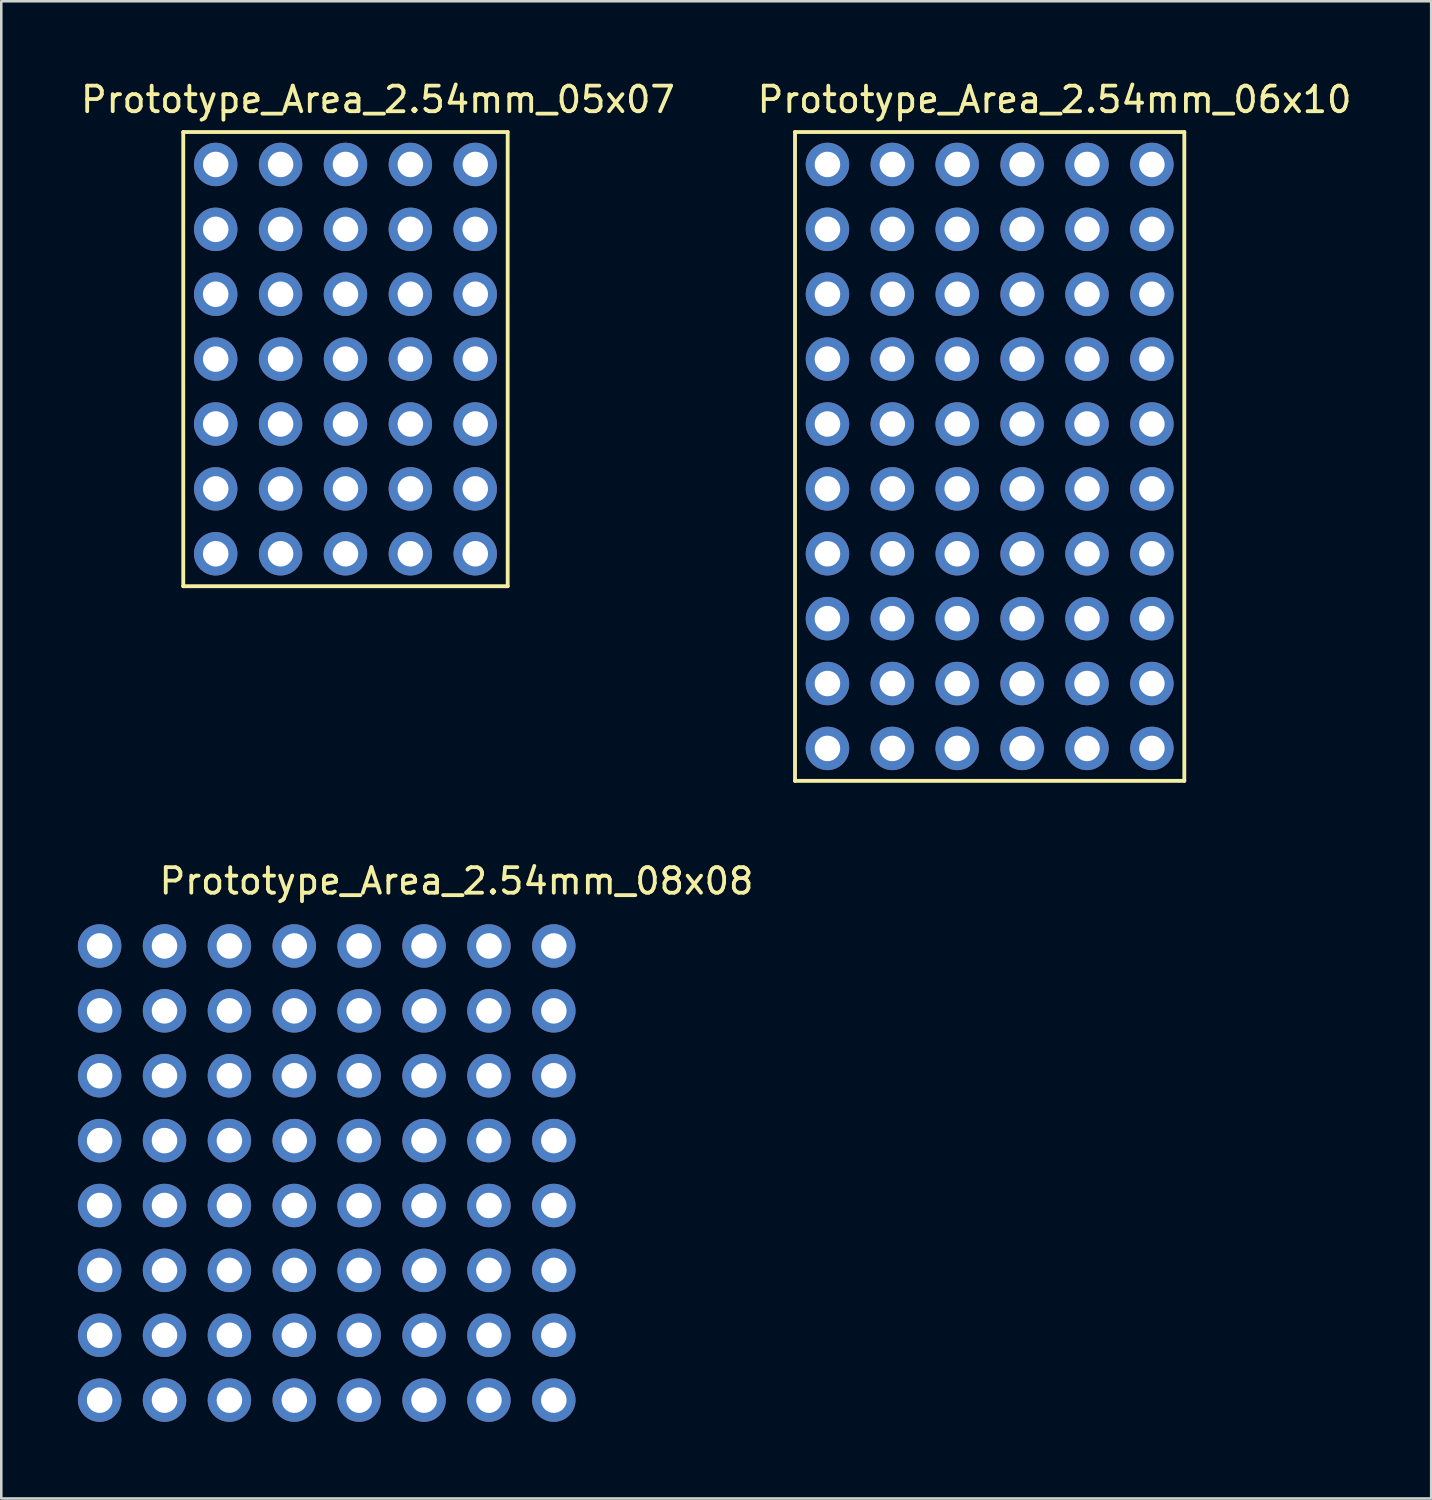
<source format=kicad_pcb>
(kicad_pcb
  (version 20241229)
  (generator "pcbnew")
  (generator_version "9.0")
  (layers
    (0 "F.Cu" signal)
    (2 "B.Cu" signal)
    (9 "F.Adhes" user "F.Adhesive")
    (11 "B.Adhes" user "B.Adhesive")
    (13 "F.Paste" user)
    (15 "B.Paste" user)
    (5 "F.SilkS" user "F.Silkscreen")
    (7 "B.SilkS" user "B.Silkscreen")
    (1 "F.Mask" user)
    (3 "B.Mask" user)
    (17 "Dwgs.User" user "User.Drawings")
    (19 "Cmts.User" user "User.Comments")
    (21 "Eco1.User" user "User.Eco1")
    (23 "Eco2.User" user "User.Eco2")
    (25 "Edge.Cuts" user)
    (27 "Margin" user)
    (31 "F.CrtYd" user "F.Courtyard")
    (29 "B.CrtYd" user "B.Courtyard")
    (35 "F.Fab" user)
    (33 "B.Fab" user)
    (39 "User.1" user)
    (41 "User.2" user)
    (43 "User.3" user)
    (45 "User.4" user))
  (footprint "Prototype_Area_2.54mm_05x07"
    (layer "F.Cu")
    (at 15.554 3.388)
    (property "Reference" "Prototype_Area_2.54mm_05x07" (at -3.81 -2.54 0) (layer "F.SilkS") (effects (font (size 1 1) (thickness 0.15))))
    (attr through_hole)
    (fp_line (start -11.43 -1.27) (end 1.27 -1.27) (stroke (width 0.15) (type solid)) (layer "F.SilkS"))
    (fp_line (start -11.43 16.51) (end -11.43 -1.27) (stroke (width 0.15) (type solid)) (layer "F.SilkS"))
    (fp_line (start 1.27 -1.27) (end 1.27 16.51) (stroke (width 0.15) (type solid)) (layer "F.SilkS"))
    (fp_line (start 1.27 16.51) (end -11.43 16.51) (stroke (width 0.15) (type solid)) (layer "F.SilkS"))
    (pad "1" thru_hole circle (at 0 0) (size 1.7 1.7) (drill 1) (layers "*.Cu" "*.Mask"))
    (pad "2" thru_hole oval (at -2.54 0) (size 1.7 1.7) (drill 1) (layers "*.Cu" "*.Mask"))
    (pad "3" thru_hole oval (at -5.08 0) (size 1.7 1.7) (drill 1) (layers "*.Cu" "*.Mask"))
    (pad "4" thru_hole oval (at -7.62 0) (size 1.7 1.7) (drill 1) (layers "*.Cu" "*.Mask"))
    (pad "5" thru_hole oval (at -10.16 0) (size 1.7 1.7) (drill 1) (layers "*.Cu" "*.Mask"))
    (pad "6" thru_hole oval (at 0 2.54) (size 1.7 1.7) (drill 1) (layers "*.Cu" "*.Mask"))
    (pad "7" thru_hole oval (at -2.54 2.54) (size 1.7 1.7) (drill 1) (layers "*.Cu" "*.Mask"))
    (pad "8" thru_hole oval (at -5.08 2.54) (size 1.7 1.7) (drill 1) (layers "*.Cu" "*.Mask"))
    (pad "9" thru_hole oval (at -7.62 2.54) (size 1.7 1.7) (drill 1) (layers "*.Cu" "*.Mask"))
    (pad "10" thru_hole oval (at -10.16 2.54) (size 1.7 1.7) (drill 1) (layers "*.Cu" "*.Mask"))
    (pad "11" thru_hole oval (at 0 5.08) (size 1.7 1.7) (drill 1) (layers "*.Cu" "*.Mask"))
    (pad "12" thru_hole oval (at -2.54 5.08) (size 1.7 1.7) (drill 1) (layers "*.Cu" "*.Mask"))
    (pad "13" thru_hole oval (at -5.08 5.08) (size 1.7 1.7) (drill 1) (layers "*.Cu" "*.Mask"))
    (pad "14" thru_hole oval (at -7.62 5.08) (size 1.7 1.7) (drill 1) (layers "*.Cu" "*.Mask"))
    (pad "15" thru_hole oval (at -10.16 5.08) (size 1.7 1.7) (drill 1) (layers "*.Cu" "*.Mask"))
    (pad "16" thru_hole oval (at 0 7.62) (size 1.7 1.7) (drill 1) (layers "*.Cu" "*.Mask"))
    (pad "17" thru_hole oval (at -2.54 7.62) (size 1.7 1.7) (drill 1) (layers "*.Cu" "*.Mask"))
    (pad "18" thru_hole oval (at -5.08 7.62) (size 1.7 1.7) (drill 1) (layers "*.Cu" "*.Mask"))
    (pad "19" thru_hole oval (at -7.62 7.62) (size 1.7 1.7) (drill 1) (layers "*.Cu" "*.Mask"))
    (pad "20" thru_hole oval (at -10.16 7.62) (size 1.7 1.7) (drill 1) (layers "*.Cu" "*.Mask"))
    (pad "21" thru_hole oval (at 0 10.16) (size 1.7 1.7) (drill 1) (layers "*.Cu" "*.Mask"))
    (pad "22" thru_hole oval (at -2.54 10.16) (size 1.7 1.7) (drill 1) (layers "*.Cu" "*.Mask"))
    (pad "23" thru_hole oval (at -5.08 10.16) (size 1.7 1.7) (drill 1) (layers "*.Cu" "*.Mask"))
    (pad "24" thru_hole oval (at -7.62 10.16) (size 1.7 1.7) (drill 1) (layers "*.Cu" "*.Mask"))
    (pad "25" thru_hole oval (at -10.16 10.16) (size 1.7 1.7) (drill 1) (layers "*.Cu" "*.Mask"))
    (pad "26" thru_hole oval (at 0 12.7) (size 1.7 1.7) (drill 1) (layers "*.Cu" "*.Mask"))
    (pad "27" thru_hole oval (at -2.54 12.7) (size 1.7 1.7) (drill 1) (layers "*.Cu" "*.Mask"))
    (pad "28" thru_hole oval (at -5.08 12.7) (size 1.7 1.7) (drill 1) (layers "*.Cu" "*.Mask"))
    (pad "29" thru_hole oval (at -7.62 12.7) (size 1.7 1.7) (drill 1) (layers "*.Cu" "*.Mask"))
    (pad "30" thru_hole oval (at -10.16 12.7) (size 1.7 1.7) (drill 1) (layers "*.Cu" "*.Mask"))
    (pad "31" thru_hole oval (at 0 15.24) (size 1.7 1.7) (drill 1) (layers "*.Cu" "*.Mask"))
    (pad "32" thru_hole oval (at -2.54 15.24) (size 1.7 1.7) (drill 1) (layers "*.Cu" "*.Mask"))
    (pad "33" thru_hole oval (at -5.08 15.24) (size 1.7 1.7) (drill 1) (layers "*.Cu" "*.Mask"))
    (pad "34" thru_hole oval (at -7.62 15.24) (size 1.7 1.7) (drill 1) (layers "*.Cu" "*.Mask"))
    (pad "35" thru_hole oval (at -10.16 15.24) (size 1.7 1.7) (drill 1) (layers "*.Cu" "*.Mask")))
  (footprint "Prototype_Area_2.54mm_06x10"
    (layer "F.Cu")
    (at 42.042 3.388)
    (property "Reference" "Prototype_Area_2.54mm_06x10" (at -3.81 -2.54 0) (layer "F.SilkS") (effects (font (size 1 1) (thickness 0.15))))
    (attr through_hole)
    (fp_line (start -13.97 -1.27) (end 1.27 -1.27) (stroke (width 0.15) (type solid)) (layer "F.SilkS"))
    (fp_line (start -13.97 24.13) (end -13.97 -1.27) (stroke (width 0.15) (type solid)) (layer "F.SilkS"))
    (fp_line (start 1.27 -1.27) (end 1.27 24.13) (stroke (width 0.15) (type solid)) (layer "F.SilkS"))
    (fp_line (start 1.27 24.13) (end -13.97 24.13) (stroke (width 0.15) (type solid)) (layer "F.SilkS"))
    (pad "1" thru_hole circle (at 0 0) (size 1.7 1.7) (drill 1) (layers "*.Cu" "*.Mask"))
    (pad "2" thru_hole oval (at -2.54 0) (size 1.7 1.7) (drill 1) (layers "*.Cu" "*.Mask"))
    (pad "3" thru_hole oval (at -5.08 0) (size 1.7 1.7) (drill 1) (layers "*.Cu" "*.Mask"))
    (pad "4" thru_hole oval (at -7.62 0) (size 1.7 1.7) (drill 1) (layers "*.Cu" "*.Mask"))
    (pad "5" thru_hole circle (at -10.16 0) (size 1.7 1.7) (drill 1) (layers "*.Cu" "*.Mask"))
    (pad "6" thru_hole oval (at -12.7 0) (size 1.7 1.7) (drill 1) (layers "*.Cu" "*.Mask"))
    (pad "7" thru_hole oval (at 0 2.54) (size 1.7 1.7) (drill 1) (layers "*.Cu" "*.Mask"))
    (pad "8" thru_hole oval (at -2.54 2.54) (size 1.7 1.7) (drill 1) (layers "*.Cu" "*.Mask"))
    (pad "9" thru_hole oval (at -5.08 2.54) (size 1.7 1.7) (drill 1) (layers "*.Cu" "*.Mask"))
    (pad "10" thru_hole oval (at -7.62 2.54) (size 1.7 1.7) (drill 1) (layers "*.Cu" "*.Mask"))
    (pad "11" thru_hole oval (at -10.16 2.54) (size 1.7 1.7) (drill 1) (layers "*.Cu" "*.Mask"))
    (pad "12" thru_hole oval (at -12.7 2.54) (size 1.7 1.7) (drill 1) (layers "*.Cu" "*.Mask"))
    (pad "13" thru_hole oval (at 0 5.08) (size 1.7 1.7) (drill 1) (layers "*.Cu" "*.Mask"))
    (pad "14" thru_hole oval (at -2.54 5.08) (size 1.7 1.7) (drill 1) (layers "*.Cu" "*.Mask"))
    (pad "15" thru_hole oval (at -5.08 5.08) (size 1.7 1.7) (drill 1) (layers "*.Cu" "*.Mask"))
    (pad "16" thru_hole oval (at -7.62 5.08) (size 1.7 1.7) (drill 1) (layers "*.Cu" "*.Mask"))
    (pad "17" thru_hole oval (at -10.16 5.08) (size 1.7 1.7) (drill 1) (layers "*.Cu" "*.Mask"))
    (pad "18" thru_hole oval (at -12.7 5.08) (size 1.7 1.7) (drill 1) (layers "*.Cu" "*.Mask"))
    (pad "19" thru_hole oval (at 0 7.62) (size 1.7 1.7) (drill 1) (layers "*.Cu" "*.Mask"))
    (pad "20" thru_hole oval (at -2.54 7.62) (size 1.7 1.7) (drill 1) (layers "*.Cu" "*.Mask"))
    (pad "21" thru_hole oval (at -5.08 7.62) (size 1.7 1.7) (drill 1) (layers "*.Cu" "*.Mask"))
    (pad "22" thru_hole oval (at -7.62 7.62) (size 1.7 1.7) (drill 1) (layers "*.Cu" "*.Mask"))
    (pad "23" thru_hole oval (at -10.16 7.62) (size 1.7 1.7) (drill 1) (layers "*.Cu" "*.Mask"))
    (pad "24" thru_hole oval (at -12.7 7.62) (size 1.7 1.7) (drill 1) (layers "*.Cu" "*.Mask"))
    (pad "25" thru_hole oval (at 0 10.16) (size 1.7 1.7) (drill 1) (layers "*.Cu" "*.Mask"))
    (pad "26" thru_hole oval (at -2.54 10.16) (size 1.7 1.7) (drill 1) (layers "*.Cu" "*.Mask"))
    (pad "27" thru_hole oval (at -5.08 10.16) (size 1.7 1.7) (drill 1) (layers "*.Cu" "*.Mask"))
    (pad "28" thru_hole oval (at -7.62 10.16) (size 1.7 1.7) (drill 1) (layers "*.Cu" "*.Mask"))
    (pad "29" thru_hole oval (at -10.16 10.16) (size 1.7 1.7) (drill 1) (layers "*.Cu" "*.Mask"))
    (pad "30" thru_hole oval (at -12.7 10.16) (size 1.7 1.7) (drill 1) (layers "*.Cu" "*.Mask"))
    (pad "31" thru_hole oval (at 0 12.7) (size 1.7 1.7) (drill 1) (layers "*.Cu" "*.Mask"))
    (pad "32" thru_hole oval (at -2.54 12.7) (size 1.7 1.7) (drill 1) (layers "*.Cu" "*.Mask"))
    (pad "33" thru_hole oval (at -5.08 12.7) (size 1.7 1.7) (drill 1) (layers "*.Cu" "*.Mask"))
    (pad "34" thru_hole oval (at -7.62 12.7) (size 1.7 1.7) (drill 1) (layers "*.Cu" "*.Mask"))
    (pad "35" thru_hole oval (at -10.16 12.7) (size 1.7 1.7) (drill 1) (layers "*.Cu" "*.Mask"))
    (pad "36" thru_hole oval (at -12.7 12.7) (size 1.7 1.7) (drill 1) (layers "*.Cu" "*.Mask"))
    (pad "37" thru_hole oval (at 0 15.24) (size 1.7 1.7) (drill 1) (layers "*.Cu" "*.Mask"))
    (pad "38" thru_hole oval (at -2.54 15.24) (size 1.7 1.7) (drill 1) (layers "*.Cu" "*.Mask"))
    (pad "39" thru_hole oval (at -5.08 15.24) (size 1.7 1.7) (drill 1) (layers "*.Cu" "*.Mask"))
    (pad "40" thru_hole oval (at -7.62 15.24) (size 1.7 1.7) (drill 1) (layers "*.Cu" "*.Mask"))
    (pad "41" thru_hole oval (at -10.16 15.24) (size 1.7 1.7) (drill 1) (layers "*.Cu" "*.Mask"))
    (pad "42" thru_hole oval (at -12.7 15.24) (size 1.7 1.7) (drill 1) (layers "*.Cu" "*.Mask"))
    (pad "43" thru_hole oval (at 0 17.78) (size 1.7 1.7) (drill 1) (layers "*.Cu" "*.Mask"))
    (pad "44" thru_hole oval (at -2.54 17.78) (size 1.7 1.7) (drill 1) (layers "*.Cu" "*.Mask"))
    (pad "45" thru_hole oval (at -5.08 17.78) (size 1.7 1.7) (drill 1) (layers "*.Cu" "*.Mask"))
    (pad "46" thru_hole oval (at -7.62 17.78) (size 1.7 1.7) (drill 1) (layers "*.Cu" "*.Mask"))
    (pad "47" thru_hole oval (at -10.16 17.78) (size 1.7 1.7) (drill 1) (layers "*.Cu" "*.Mask"))
    (pad "48" thru_hole oval (at -12.7 17.78) (size 1.7 1.7) (drill 1) (layers "*.Cu" "*.Mask"))
    (pad "49" thru_hole oval (at 0 20.32) (size 1.7 1.7) (drill 1) (layers "*.Cu" "*.Mask"))
    (pad "50" thru_hole oval (at -2.54 20.32) (size 1.7 1.7) (drill 1) (layers "*.Cu" "*.Mask"))
    (pad "51" thru_hole oval (at -5.08 20.32) (size 1.7 1.7) (drill 1) (layers "*.Cu" "*.Mask"))
    (pad "52" thru_hole oval (at -7.62 20.32) (size 1.7 1.7) (drill 1) (layers "*.Cu" "*.Mask"))
    (pad "53" thru_hole oval (at -10.16 20.32) (size 1.7 1.7) (drill 1) (layers "*.Cu" "*.Mask"))
    (pad "54" thru_hole oval (at -12.7 20.32) (size 1.7 1.7) (drill 1) (layers "*.Cu" "*.Mask"))
    (pad "55" thru_hole oval (at 0 22.86) (size 1.7 1.7) (drill 1) (layers "*.Cu" "*.Mask"))
    (pad "56" thru_hole oval (at -2.54 22.86) (size 1.7 1.7) (drill 1) (layers "*.Cu" "*.Mask"))
    (pad "57" thru_hole oval (at -5.08 22.86) (size 1.7 1.7) (drill 1) (layers "*.Cu" "*.Mask"))
    (pad "58" thru_hole oval (at -7.62 22.86) (size 1.7 1.7) (drill 1) (layers "*.Cu" "*.Mask"))
    (pad "59" thru_hole oval (at -10.16 22.86) (size 1.7 1.7) (drill 1) (layers "*.Cu" "*.Mask"))
    (pad "60" thru_hole oval (at -12.7 22.86) (size 1.7 1.7) (drill 1) (layers "*.Cu" "*.Mask")))
  (footprint "Prototype_Area_2.54mm_08x08"
    (layer "F.Cu")
    (at 18.63 33.981)
    (property "Reference" "Prototype_Area_2.54mm_08x08" (at -3.81 -2.54 0) (layer "F.SilkS") (effects (font (size 1 1) (thickness 0.15))))
    (attr through_hole)
    (pad "1" thru_hole circle (at 0 0) (size 1.7 1.7) (drill 1) (layers "*.Cu" "*.Mask"))
    (pad "2" thru_hole oval (at -2.54 0) (size 1.7 1.7) (drill 1) (layers "*.Cu" "*.Mask"))
    (pad "3" thru_hole oval (at -5.08 0) (size 1.7 1.7) (drill 1) (layers "*.Cu" "*.Mask"))
    (pad "4" thru_hole oval (at -7.62 0) (size 1.7 1.7) (drill 1) (layers "*.Cu" "*.Mask"))
    (pad "5" thru_hole circle (at -10.16 0) (size 1.7 1.7) (drill 1) (layers "*.Cu" "*.Mask"))
    (pad "6" thru_hole oval (at -12.7 0) (size 1.7 1.7) (drill 1) (layers "*.Cu" "*.Mask"))
    (pad "7" thru_hole oval (at -15.24 0) (size 1.7 1.7) (drill 1) (layers "*.Cu" "*.Mask"))
    (pad "8" thru_hole oval (at -17.78 0) (size 1.7 1.7) (drill 1) (layers "*.Cu" "*.Mask"))
    (pad "11" thru_hole oval (at -17.78 2.54) (size 1.7 1.7) (drill 1) (layers "*.Cu" "*.Mask"))
    (pad "12" thru_hole oval (at -15.24 2.54) (size 1.7 1.7) (drill 1) (layers "*.Cu" "*.Mask"))
    (pad "13" thru_hole oval (at -12.7 2.54) (size 1.7 1.7) (drill 1) (layers "*.Cu" "*.Mask"))
    (pad "14" thru_hole oval (at -10.16 2.54) (size 1.7 1.7) (drill 1) (layers "*.Cu" "*.Mask"))
    (pad "15" thru_hole oval (at -7.62 2.54) (size 1.7 1.7) (drill 1) (layers "*.Cu" "*.Mask"))
    (pad "16" thru_hole oval (at -5.08 2.54) (size 1.7 1.7) (drill 1) (layers "*.Cu" "*.Mask"))
    (pad "17" thru_hole oval (at -2.54 2.54) (size 1.7 1.7) (drill 1) (layers "*.Cu" "*.Mask"))
    (pad "18" thru_hole oval (at 0 2.54) (size 1.7 1.7) (drill 1) (layers "*.Cu" "*.Mask"))
    (pad "19" thru_hole oval (at 0 5.08) (size 1.7 1.7) (drill 1) (layers "*.Cu" "*.Mask"))
    (pad "20" thru_hole oval (at -2.54 5.08) (size 1.7 1.7) (drill 1) (layers "*.Cu" "*.Mask"))
    (pad "21" thru_hole oval (at -5.08 5.08) (size 1.7 1.7) (drill 1) (layers "*.Cu" "*.Mask"))
    (pad "22" thru_hole oval (at -7.62 5.08) (size 1.7 1.7) (drill 1) (layers "*.Cu" "*.Mask"))
    (pad "23" thru_hole oval (at -10.16 5.08) (size 1.7 1.7) (drill 1) (layers "*.Cu" "*.Mask"))
    (pad "24" thru_hole oval (at -12.7 5.08) (size 1.7 1.7) (drill 1) (layers "*.Cu" "*.Mask"))
    (pad "25" thru_hole oval (at -15.24 5.08) (size 1.7 1.7) (drill 1) (layers "*.Cu" "*.Mask"))
    (pad "26" thru_hole oval (at -17.78 5.08) (size 1.7 1.7) (drill 1) (layers "*.Cu" "*.Mask"))
    (pad "29" thru_hole oval (at -17.78 7.62) (size 1.7 1.7) (drill 1) (layers "*.Cu" "*.Mask"))
    (pad "30" thru_hole oval (at -15.24 7.62) (size 1.7 1.7) (drill 1) (layers "*.Cu" "*.Mask"))
    (pad "31" thru_hole oval (at -12.7 7.62) (size 1.7 1.7) (drill 1) (layers "*.Cu" "*.Mask"))
    (pad "32" thru_hole oval (at -10.16 7.62) (size 1.7 1.7) (drill 1) (layers "*.Cu" "*.Mask"))
    (pad "33" thru_hole oval (at -7.62 7.62) (size 1.7 1.7) (drill 1) (layers "*.Cu" "*.Mask"))
    (pad "34" thru_hole oval (at -5.08 7.62) (size 1.7 1.7) (drill 1) (layers "*.Cu" "*.Mask"))
    (pad "35" thru_hole oval (at -2.54 7.62) (size 1.7 1.7) (drill 1) (layers "*.Cu" "*.Mask"))
    (pad "36" thru_hole oval (at 0 7.62) (size 1.7 1.7) (drill 1) (layers "*.Cu" "*.Mask"))
    (pad "37" thru_hole oval (at 0 10.16) (size 1.7 1.7) (drill 1) (layers "*.Cu" "*.Mask"))
    (pad "38" thru_hole oval (at -2.54 10.16) (size 1.7 1.7) (drill 1) (layers "*.Cu" "*.Mask"))
    (pad "39" thru_hole oval (at -5.08 10.16) (size 1.7 1.7) (drill 1) (layers "*.Cu" "*.Mask"))
    (pad "40" thru_hole oval (at -7.62 10.16) (size 1.7 1.7) (drill 1) (layers "*.Cu" "*.Mask"))
    (pad "41" thru_hole oval (at -10.16 10.16) (size 1.7 1.7) (drill 1) (layers "*.Cu" "*.Mask"))
    (pad "42" thru_hole oval (at -12.7 10.16) (size 1.7 1.7) (drill 1) (layers "*.Cu" "*.Mask"))
    (pad "43" thru_hole oval (at -15.24 10.16) (size 1.7 1.7) (drill 1) (layers "*.Cu" "*.Mask"))
    (pad "44" thru_hole oval (at -17.78 10.16) (size 1.7 1.7) (drill 1) (layers "*.Cu" "*.Mask"))
    (pad "47" thru_hole oval (at -17.78 12.7) (size 1.7 1.7) (drill 1) (layers "*.Cu" "*.Mask"))
    (pad "48" thru_hole oval (at -15.24 12.7) (size 1.7 1.7) (drill 1) (layers "*.Cu" "*.Mask"))
    (pad "49" thru_hole oval (at -12.7 12.7) (size 1.7 1.7) (drill 1) (layers "*.Cu" "*.Mask"))
    (pad "50" thru_hole oval (at -10.16 12.7) (size 1.7 1.7) (drill 1) (layers "*.Cu" "*.Mask"))
    (pad "51" thru_hole oval (at -7.62 12.7) (size 1.7 1.7) (drill 1) (layers "*.Cu" "*.Mask"))
    (pad "52" thru_hole oval (at -5.08 12.7) (size 1.7 1.7) (drill 1) (layers "*.Cu" "*.Mask"))
    (pad "53" thru_hole oval (at -2.54 12.7) (size 1.7 1.7) (drill 1) (layers "*.Cu" "*.Mask"))
    (pad "54" thru_hole oval (at 0 12.7) (size 1.7 1.7) (drill 1) (layers "*.Cu" "*.Mask"))
    (pad "55" thru_hole oval (at 0 15.24) (size 1.7 1.7) (drill 1) (layers "*.Cu" "*.Mask"))
    (pad "56" thru_hole oval (at -2.54 15.24) (size 1.7 1.7) (drill 1) (layers "*.Cu" "*.Mask"))
    (pad "57" thru_hole oval (at -5.08 15.24) (size 1.7 1.7) (drill 1) (layers "*.Cu" "*.Mask"))
    (pad "58" thru_hole oval (at -7.62 15.24) (size 1.7 1.7) (drill 1) (layers "*.Cu" "*.Mask"))
    (pad "59" thru_hole oval (at -10.16 15.24) (size 1.7 1.7) (drill 1) (layers "*.Cu" "*.Mask"))
    (pad "60" thru_hole oval (at -12.7 15.24) (size 1.7 1.7) (drill 1) (layers "*.Cu" "*.Mask"))
    (pad "61" thru_hole oval (at -15.24 15.24) (size 1.7 1.7) (drill 1) (layers "*.Cu" "*.Mask"))
    (pad "62" thru_hole oval (at -17.78 15.24) (size 1.7 1.7) (drill 1) (layers "*.Cu" "*.Mask"))
    (pad "65" thru_hole oval (at -17.78 17.78) (size 1.7 1.7) (drill 1) (layers "*.Cu" "*.Mask"))
    (pad "66" thru_hole oval (at -15.24 17.78) (size 1.7 1.7) (drill 1) (layers "*.Cu" "*.Mask"))
    (pad "67" thru_hole oval (at -12.7 17.78) (size 1.7 1.7) (drill 1) (layers "*.Cu" "*.Mask"))
    (pad "68" thru_hole oval (at -10.16 17.78) (size 1.7 1.7) (drill 1) (layers "*.Cu" "*.Mask"))
    (pad "69" thru_hole oval (at -7.62 17.78) (size 1.7 1.7) (drill 1) (layers "*.Cu" "*.Mask"))
    (pad "70" thru_hole oval (at -5.08 17.78) (size 1.7 1.7) (drill 1) (layers "*.Cu" "*.Mask"))
    (pad "71" thru_hole oval (at -2.54 17.78) (size 1.7 1.7) (drill 1) (layers "*.Cu" "*.Mask"))
    (pad "72" thru_hole oval (at 0 17.78) (size 1.7 1.7) (drill 1) (layers "*.Cu" "*.Mask")))
  (gr_rect
    (start -3 -3)
    (end 52.976 55.611)
    (stroke (width 0.1) (type default))
    (fill no)
    (layer "Edge.Cuts")))
</source>
